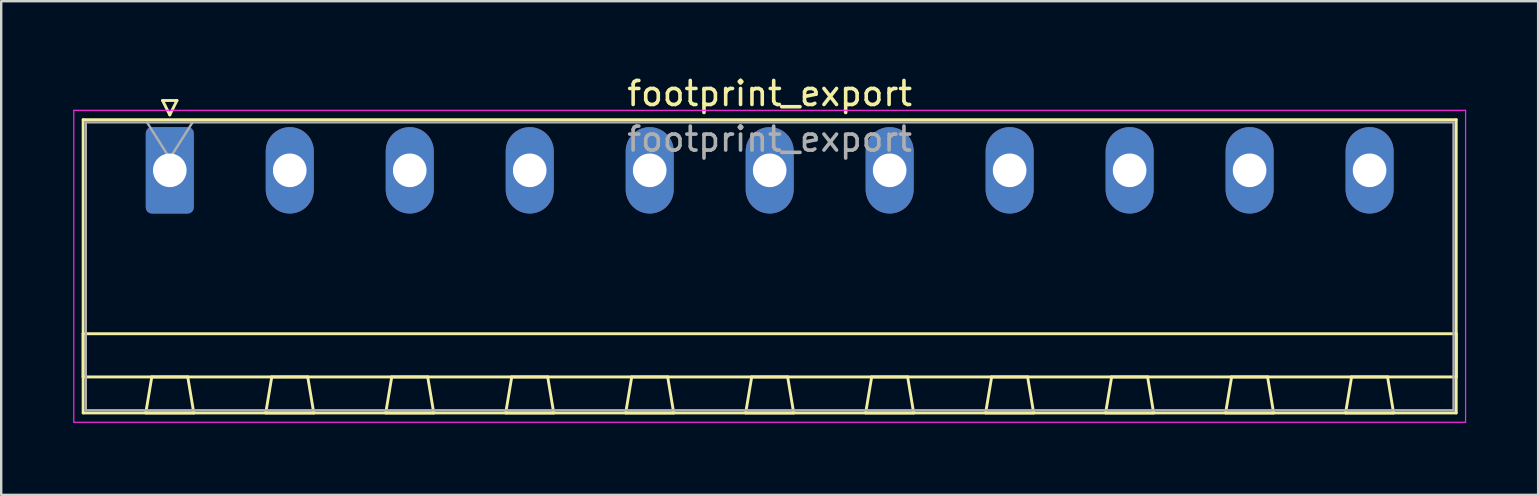
<source format=kicad_pcb>
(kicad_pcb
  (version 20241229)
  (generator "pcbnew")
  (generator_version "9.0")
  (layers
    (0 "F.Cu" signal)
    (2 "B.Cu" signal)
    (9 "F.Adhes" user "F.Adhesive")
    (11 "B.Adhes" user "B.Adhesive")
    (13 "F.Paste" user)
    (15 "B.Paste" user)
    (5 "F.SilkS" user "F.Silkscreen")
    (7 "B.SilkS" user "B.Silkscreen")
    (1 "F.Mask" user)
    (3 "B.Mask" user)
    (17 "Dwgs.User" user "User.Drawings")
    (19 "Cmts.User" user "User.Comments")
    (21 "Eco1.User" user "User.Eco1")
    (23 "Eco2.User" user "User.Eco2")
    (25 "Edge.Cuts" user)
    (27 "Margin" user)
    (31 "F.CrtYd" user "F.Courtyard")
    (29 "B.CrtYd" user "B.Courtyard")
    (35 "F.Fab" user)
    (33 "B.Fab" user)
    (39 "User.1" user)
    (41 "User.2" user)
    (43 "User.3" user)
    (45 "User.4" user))
  (footprint "footprint_export"
    (layer "F.Cu")
    (at 4.025 4.048)
    (property "Reference" "footprint_export" (at 25 -3.2 0) (layer "F.SilkS") (effects (font (size 1 1) (thickness 0.15))))
    (attr through_hole)
    (fp_line (start -3.61 -2.11) (end -3.61 10.11) (stroke (width 0.12) (type solid)) (layer "F.SilkS"))
    (fp_line (start -3.61 6.81) (end 53.61 6.81) (stroke (width 0.12) (type solid)) (layer "F.SilkS"))
    (fp_line (start -3.61 8.61) (end -3.61 6.81) (stroke (width 0.12) (type solid)) (layer "F.SilkS"))
    (fp_line (start -3.61 10.11) (end 53.61 10.11) (stroke (width 0.12) (type solid)) (layer "F.SilkS"))
    (fp_line (start -1 10.11) (end 1 10.11) (stroke (width 0.12) (type solid)) (layer "F.SilkS"))
    (fp_line (start -0.75 8.61) (end -1 10.11) (stroke (width 0.12) (type solid)) (layer "F.SilkS"))
    (fp_line (start -0.3 -2.91) (end 0.3 -2.91) (stroke (width 0.12) (type solid)) (layer "F.SilkS"))
    (fp_line (start 0 -2.31) (end -0.3 -2.91) (stroke (width 0.12) (type solid)) (layer "F.SilkS"))
    (fp_line (start 0.3 -2.91) (end 0 -2.31) (stroke (width 0.12) (type solid)) (layer "F.SilkS"))
    (fp_line (start 0.75 8.61) (end -0.75 8.61) (stroke (width 0.12) (type solid)) (layer "F.SilkS"))
    (fp_line (start 1 10.11) (end 0.75 8.61) (stroke (width 0.12) (type solid)) (layer "F.SilkS"))
    (fp_line (start 4 10.11) (end 6 10.11) (stroke (width 0.12) (type solid)) (layer "F.SilkS"))
    (fp_line (start 4.25 8.61) (end 4 10.11) (stroke (width 0.12) (type solid)) (layer "F.SilkS"))
    (fp_line (start 5.75 8.61) (end 4.25 8.61) (stroke (width 0.12) (type solid)) (layer "F.SilkS"))
    (fp_line (start 6 10.11) (end 5.75 8.61) (stroke (width 0.12) (type solid)) (layer "F.SilkS"))
    (fp_line (start 9 10.11) (end 11 10.11) (stroke (width 0.12) (type solid)) (layer "F.SilkS"))
    (fp_line (start 9.25 8.61) (end 9 10.11) (stroke (width 0.12) (type solid)) (layer "F.SilkS"))
    (fp_line (start 10.75 8.61) (end 9.25 8.61) (stroke (width 0.12) (type solid)) (layer "F.SilkS"))
    (fp_line (start 11 10.11) (end 10.75 8.61) (stroke (width 0.12) (type solid)) (layer "F.SilkS"))
    (fp_line (start 14 10.11) (end 16 10.11) (stroke (width 0.12) (type solid)) (layer "F.SilkS"))
    (fp_line (start 14.25 8.61) (end 14 10.11) (stroke (width 0.12) (type solid)) (layer "F.SilkS"))
    (fp_line (start 15.75 8.61) (end 14.25 8.61) (stroke (width 0.12) (type solid)) (layer "F.SilkS"))
    (fp_line (start 16 10.11) (end 15.75 8.61) (stroke (width 0.12) (type solid)) (layer "F.SilkS"))
    (fp_line (start 19 10.11) (end 21 10.11) (stroke (width 0.12) (type solid)) (layer "F.SilkS"))
    (fp_line (start 19.25 8.61) (end 19 10.11) (stroke (width 0.12) (type solid)) (layer "F.SilkS"))
    (fp_line (start 20.75 8.61) (end 19.25 8.61) (stroke (width 0.12) (type solid)) (layer "F.SilkS"))
    (fp_line (start 21 10.11) (end 20.75 8.61) (stroke (width 0.12) (type solid)) (layer "F.SilkS"))
    (fp_line (start 24 10.11) (end 26 10.11) (stroke (width 0.12) (type solid)) (layer "F.SilkS"))
    (fp_line (start 24.25 8.61) (end 24 10.11) (stroke (width 0.12) (type solid)) (layer "F.SilkS"))
    (fp_line (start 25.75 8.61) (end 24.25 8.61) (stroke (width 0.12) (type solid)) (layer "F.SilkS"))
    (fp_line (start 26 10.11) (end 25.75 8.61) (stroke (width 0.12) (type solid)) (layer "F.SilkS"))
    (fp_line (start 29 10.11) (end 31 10.11) (stroke (width 0.12) (type solid)) (layer "F.SilkS"))
    (fp_line (start 29.25 8.61) (end 29 10.11) (stroke (width 0.12) (type solid)) (layer "F.SilkS"))
    (fp_line (start 30.75 8.61) (end 29.25 8.61) (stroke (width 0.12) (type solid)) (layer "F.SilkS"))
    (fp_line (start 31 10.11) (end 30.75 8.61) (stroke (width 0.12) (type solid)) (layer "F.SilkS"))
    (fp_line (start 34 10.11) (end 36 10.11) (stroke (width 0.12) (type solid)) (layer "F.SilkS"))
    (fp_line (start 34.25 8.61) (end 34 10.11) (stroke (width 0.12) (type solid)) (layer "F.SilkS"))
    (fp_line (start 35.75 8.61) (end 34.25 8.61) (stroke (width 0.12) (type solid)) (layer "F.SilkS"))
    (fp_line (start 36 10.11) (end 35.75 8.61) (stroke (width 0.12) (type solid)) (layer "F.SilkS"))
    (fp_line (start 39 10.11) (end 41 10.11) (stroke (width 0.12) (type solid)) (layer "F.SilkS"))
    (fp_line (start 39.25 8.61) (end 39 10.11) (stroke (width 0.12) (type solid)) (layer "F.SilkS"))
    (fp_line (start 40.75 8.61) (end 39.25 8.61) (stroke (width 0.12) (type solid)) (layer "F.SilkS"))
    (fp_line (start 41 10.11) (end 40.75 8.61) (stroke (width 0.12) (type solid)) (layer "F.SilkS"))
    (fp_line (start 44 10.11) (end 46 10.11) (stroke (width 0.12) (type solid)) (layer "F.SilkS"))
    (fp_line (start 44.25 8.61) (end 44 10.11) (stroke (width 0.12) (type solid)) (layer "F.SilkS"))
    (fp_line (start 45.75 8.61) (end 44.25 8.61) (stroke (width 0.12) (type solid)) (layer "F.SilkS"))
    (fp_line (start 46 10.11) (end 45.75 8.61) (stroke (width 0.12) (type solid)) (layer "F.SilkS"))
    (fp_line (start 49 10.11) (end 51 10.11) (stroke (width 0.12) (type solid)) (layer "F.SilkS"))
    (fp_line (start 49.25 8.61) (end 49 10.11) (stroke (width 0.12) (type solid)) (layer "F.SilkS"))
    (fp_line (start 50.75 8.61) (end 49.25 8.61) (stroke (width 0.12) (type solid)) (layer "F.SilkS"))
    (fp_line (start 51 10.11) (end 50.75 8.61) (stroke (width 0.12) (type solid)) (layer "F.SilkS"))
    (fp_line (start 53.61 -2.11) (end -3.61 -2.11) (stroke (width 0.12) (type solid)) (layer "F.SilkS"))
    (fp_line (start 53.61 6.81) (end 53.61 8.61) (stroke (width 0.12) (type solid)) (layer "F.SilkS"))
    (fp_line (start 53.61 8.61) (end -3.61 8.61) (stroke (width 0.12) (type solid)) (layer "F.SilkS"))
    (fp_line (start 53.61 10.11) (end 53.61 -2.11) (stroke (width 0.12) (type solid)) (layer "F.SilkS"))
    (fp_line (start -4 -2.5) (end -4 10.5) (stroke (width 0.05) (type solid)) (layer "F.CrtYd"))
    (fp_line (start -4 10.5) (end 54 10.5) (stroke (width 0.05) (type solid)) (layer "F.CrtYd"))
    (fp_line (start 54 -2.5) (end -4 -2.5) (stroke (width 0.05) (type solid)) (layer "F.CrtYd"))
    (fp_line (start 54 10.5) (end 54 -2.5) (stroke (width 0.05) (type solid)) (layer "F.CrtYd"))
    (fp_line (start -3.5 -2) (end -3.5 10) (stroke (width 0.1) (type solid)) (layer "F.Fab"))
    (fp_line (start -3.5 10) (end 53.5 10) (stroke (width 0.1) (type solid)) (layer "F.Fab"))
    (fp_line (start 0 -0.5) (end -0.95 -2) (stroke (width 0.1) (type solid)) (layer "F.Fab"))
    (fp_line (start 0.95 -2) (end 0 -0.5) (stroke (width 0.1) (type solid)) (layer "F.Fab"))
    (fp_line (start 53.5 -2) (end -3.5 -2) (stroke (width 0.1) (type solid)) (layer "F.Fab"))
    (fp_line (start 53.5 10) (end 53.5 -2) (stroke (width 0.1) (type solid)) (layer "F.Fab"))
    (fp_text user "${REFERENCE}" (at 25 -1.3 0) (layer "F.Fab") (effects (font (size 1 1) (thickness 0.15))))
    (pad "1" thru_hole roundrect (at 0 0) (size 2 3.6) (drill 1.4) (layers "*.Cu" "*.Mask") (roundrect_rratio 0.125))
    (pad "2" thru_hole oval (at 5 0) (size 2 3.6) (drill 1.4) (layers "*.Cu" "*.Mask"))
    (pad "3" thru_hole oval (at 10 0) (size 2 3.6) (drill 1.4) (layers "*.Cu" "*.Mask"))
    (pad "4" thru_hole oval (at 15 0) (size 2 3.6) (drill 1.4) (layers "*.Cu" "*.Mask"))
    (pad "5" thru_hole oval (at 20 0) (size 2 3.6) (drill 1.4) (layers "*.Cu" "*.Mask"))
    (pad "6" thru_hole oval (at 25 0) (size 2 3.6) (drill 1.4) (layers "*.Cu" "*.Mask"))
    (pad "7" thru_hole oval (at 30 0) (size 2 3.6) (drill 1.4) (layers "*.Cu" "*.Mask"))
    (pad "8" thru_hole oval (at 35 0) (size 2 3.6) (drill 1.4) (layers "*.Cu" "*.Mask"))
    (pad "9" thru_hole oval (at 40 0) (size 2 3.6) (drill 1.4) (layers "*.Cu" "*.Mask"))
    (pad "10" thru_hole oval (at 45 0) (size 2 3.6) (drill 1.4) (layers "*.Cu" "*.Mask"))
    (pad "11" thru_hole oval (at 50 0) (size 2 3.6) (drill 1.4) (layers "*.Cu" "*.Mask")))
  (gr_rect
    (start -3 -3)
    (end 61.05 17.573)
    (stroke (width 0.1) (type default))
    (fill no)
    (layer "Edge.Cuts")))
</source>
